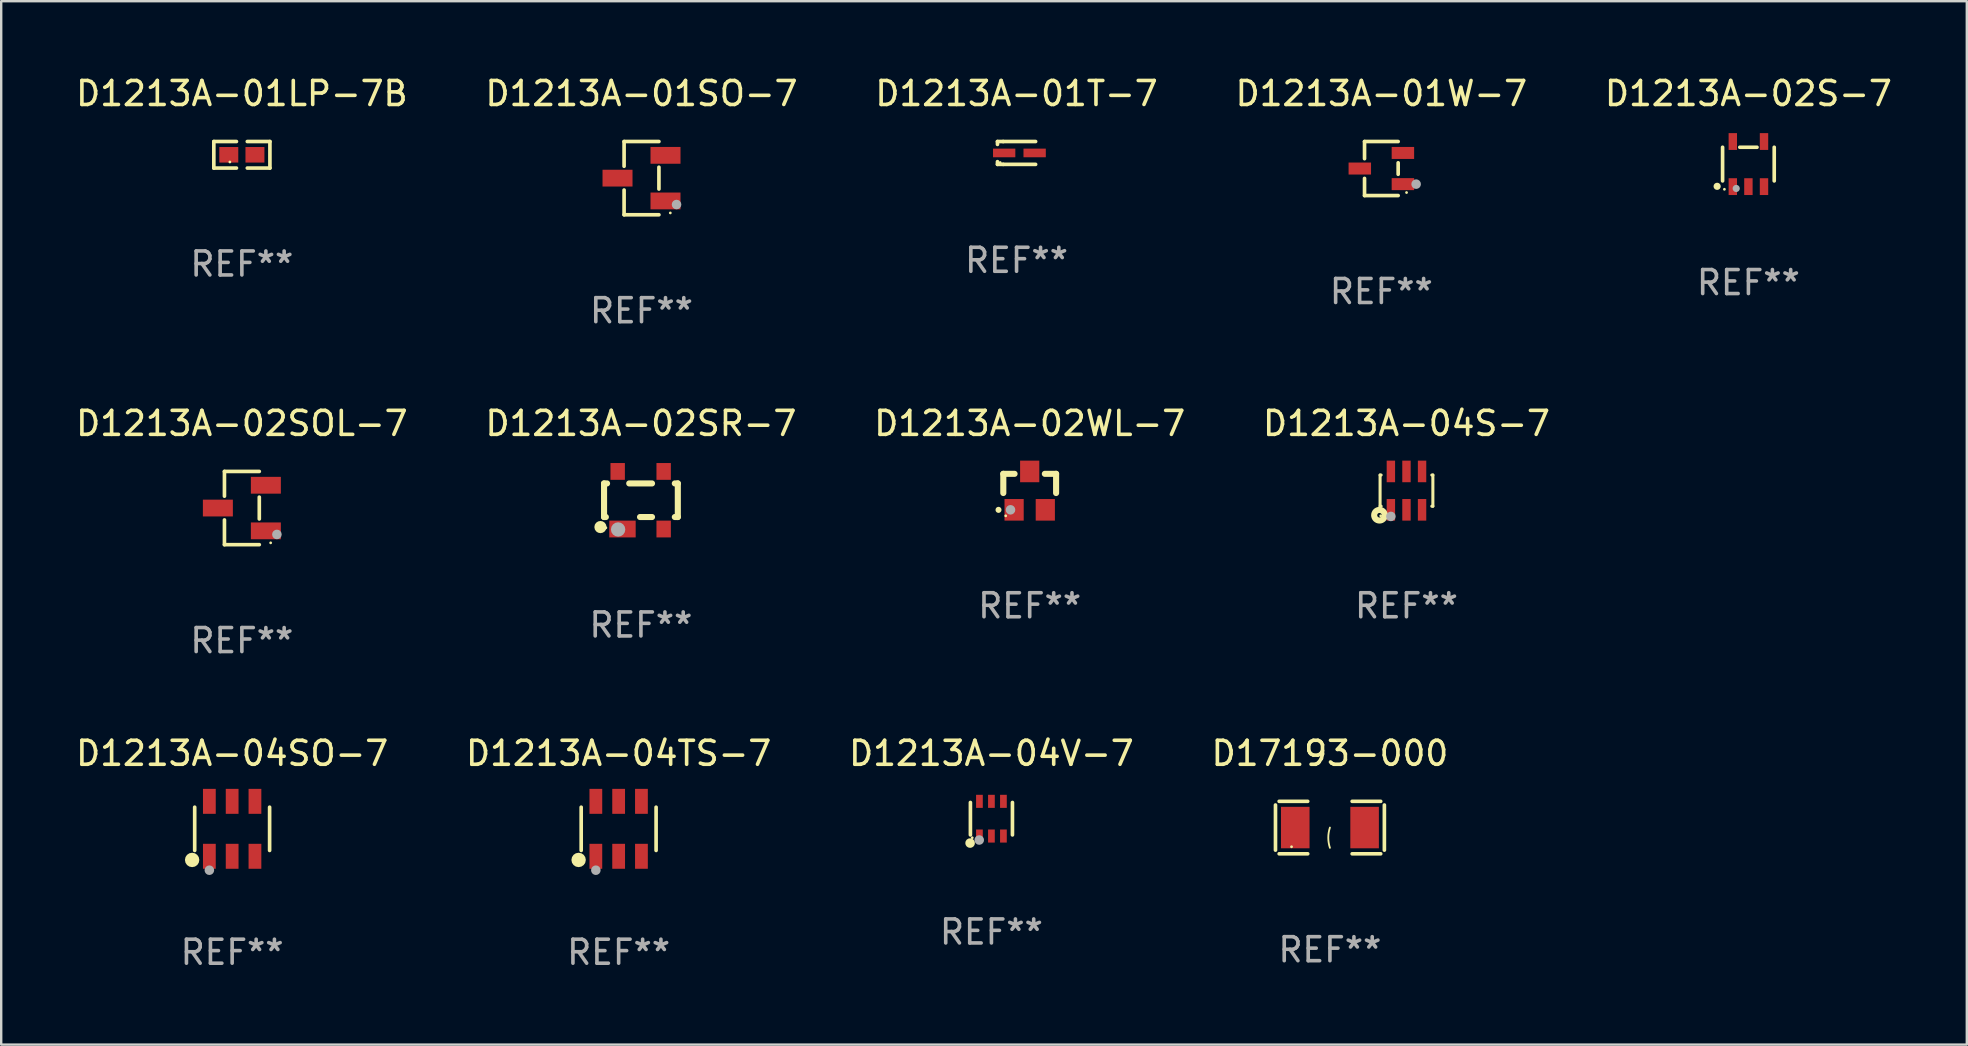
<source format=kicad_pcb>
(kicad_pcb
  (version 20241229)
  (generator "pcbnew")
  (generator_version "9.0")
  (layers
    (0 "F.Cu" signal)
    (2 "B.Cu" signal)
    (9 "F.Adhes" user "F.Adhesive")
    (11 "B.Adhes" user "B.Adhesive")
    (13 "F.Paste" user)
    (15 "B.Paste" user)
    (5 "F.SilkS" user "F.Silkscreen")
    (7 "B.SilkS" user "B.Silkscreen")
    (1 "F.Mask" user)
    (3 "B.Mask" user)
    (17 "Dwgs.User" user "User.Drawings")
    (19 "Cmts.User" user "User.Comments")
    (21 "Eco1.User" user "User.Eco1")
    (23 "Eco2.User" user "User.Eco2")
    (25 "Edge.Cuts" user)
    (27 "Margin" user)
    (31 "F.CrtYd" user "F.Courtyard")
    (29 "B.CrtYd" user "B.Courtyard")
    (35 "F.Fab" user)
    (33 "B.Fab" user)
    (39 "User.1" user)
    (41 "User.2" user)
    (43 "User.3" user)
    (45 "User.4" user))
  (footprint "D1213A-01LP-7B"
    (layer "F.Cu")
    (at 7.03 3.401)
    (property "Reference" "D1213A-01LP-7B" (at 0 -2.553 0) (layer "F.SilkS") (effects (font (size 1 1) (thickness 0.15))))
    (attr through_hole)
    (fp_line (start -1.169 -0.553) (end -0.226 -0.553) (stroke (width 0.152) (type solid)) (layer "F.SilkS"))
    (fp_line (start -1.169 0.553) (end -1.169 -0.553) (stroke (width 0.152) (type solid)) (layer "F.SilkS"))
    (fp_line (start -0.226 0.553) (end -1.169 0.553) (stroke (width 0.152) (type solid)) (layer "F.SilkS"))
    (fp_line (start 0.226 0.553) (end 1.169 0.553) (stroke (width 0.152) (type solid)) (layer "F.SilkS"))
    (fp_line (start 1.169 -0.553) (end 0.226 -0.553) (stroke (width 0.152) (type solid)) (layer "F.SilkS"))
    (fp_line (start 1.169 0.553) (end 1.169 -0.553) (stroke (width 0.152) (type solid)) (layer "F.SilkS"))
    (fp_circle (center -0.5 0.3) (end -0.47 0.3) (stroke (width 0.06) (type solid)) (fill no) (layer "F.SilkS"))
    (fp_text user "REF**" (at 0 4.553 0) (layer "F.Fab") (effects (font (size 1 1) (thickness 0.15))))
    (pad "1" smd rect (at -0.545 0) (size 0.79 0.648) (layers "F.Cu" "F.Mask" "F.Paste"))
    (pad "2" smd rect (at 0.545 0) (size 0.79 0.648) (layers "F.Cu" "F.Mask" "F.Paste")))
  (footprint "D1213A-01W-7"
    (layer "F.Cu")
    (at 54.518 3.974)
    (property "Reference" "D1213A-01W-7" (at 0 -3.126 0) (layer "F.SilkS") (effects (font (size 1 1) (thickness 0.15))))
    (attr through_hole)
    (fp_line (start -0.701 -1.126) (end -0.701 -0.411) (stroke (width 0.152) (type solid)) (layer "F.SilkS"))
    (fp_line (start -0.701 1.126) (end -0.701 0.411) (stroke (width 0.152) (type solid)) (layer "F.SilkS"))
    (fp_line (start 0.701 -1.126) (end -0.701 -1.126) (stroke (width 0.152) (type solid)) (layer "F.SilkS"))
    (fp_line (start 0.701 -0.239) (end 0.701 0.239) (stroke (width 0.152) (type solid)) (layer "F.SilkS"))
    (fp_line (start 0.701 1.126) (end -0.701 1.126) (stroke (width 0.152) (type solid)) (layer "F.SilkS"))
    (fp_circle (center 1.05 1) (end 1.08 1) (stroke (width 0.06) (type solid)) (fill no) (layer "F.SilkS"))
    (fp_circle (center 1.45 0.65) (end 1.55 0.65) (stroke (width 0.2) (type solid)) (fill no) (layer "F.Fab"))
    (fp_text user "REF**" (at 0 5.126 0) (layer "F.Fab") (effects (font (size 1 1) (thickness 0.15))))
    (pad "1" smd rect (at 0.898 0.65) (size 0.936 0.5) (layers "F.Cu" "F.Mask" "F.Paste"))
    (pad "2" smd rect (at 0.898 -0.65) (size 0.936 0.5) (layers "F.Cu" "F.Mask" "F.Paste"))
    (pad "3" smd rect (at -0.898 0) (size 0.936 0.5) (layers "F.Cu" "F.Mask" "F.Paste")))
  (footprint "D1213A-02S-7"
    (layer "F.Cu")
    (at 69.815 3.788)
    (property "Reference" "D1213A-02S-7" (at 0 -2.94 0) (layer "F.SilkS") (effects (font (size 1 1) (thickness 0.15))))
    (attr through_hole)
    (fp_line (start -1.076 0.701) (end -1.076 -0.701) (stroke (width 0.152) (type solid)) (layer "F.SilkS"))
    (fp_line (start -0.358 -0.701) (end 0.358 -0.701) (stroke (width 0.152) (type solid)) (layer "F.SilkS"))
    (fp_line (start 1.076 0.701) (end 1.076 -0.701) (stroke (width 0.152) (type solid)) (layer "F.SilkS"))
    (fp_circle (center -1.303 0.927) (end -1.228 0.927) (stroke (width 0.15) (type solid)) (fill no) (layer "F.SilkS"))
    (fp_circle (center -1 1.05) (end -0.97 1.05) (stroke (width 0.06) (type solid)) (fill no) (layer "F.SilkS"))
    (fp_circle (center -0.508 1.016) (end -0.433 1.016) (stroke (width 0.15) (type solid)) (fill no) (layer "F.Fab"))
    (fp_text user "REF**" (at 0 4.94 0) (layer "F.Fab") (effects (font (size 1 1) (thickness 0.15))))
    (pad "1" smd rect (at -0.65 0.94) (size 0.35 0.7) (layers "F.Cu" "F.Mask" "F.Paste"))
    (pad "2" smd rect (at 0 0.94) (size 0.35 0.7) (layers "F.Cu" "F.Mask" "F.Paste"))
    (pad "3" smd rect (at 0.65 0.94) (size 0.35 0.7) (layers "F.Cu" "F.Mask" "F.Paste"))
    (pad "4" smd rect (at 0.65 -0.94) (size 0.35 0.7) (layers "F.Cu" "F.Mask" "F.Paste"))
    (pad "5" smd rect (at -0.65 -0.94) (size 0.35 0.7) (layers "F.Cu" "F.Mask" "F.Paste")))
  (footprint "D1213A-02SR-7"
    (layer "F.Cu")
    (at 23.661 17.797)
    (property "Reference" "D1213A-02SR-7" (at 0 -3.2 0) (layer "F.SilkS") (effects (font (size 1 1) (thickness 0.15))))
    (attr through_hole)
    (fp_line (start -1.537 -0.7) (end -1.412 -0.7) (stroke (width 0.254) (type solid)) (layer "F.SilkS"))
    (fp_line (start -1.537 0.7) (end -1.537 -0.7) (stroke (width 0.254) (type solid)) (layer "F.SilkS"))
    (fp_line (start -1.537 0.7) (end -1.462 0.7) (stroke (width 0.254) (type solid)) (layer "F.SilkS"))
    (fp_line (start -0.488 -0.7) (end 0.462 -0.7) (stroke (width 0.254) (type solid)) (layer "F.SilkS"))
    (fp_line (start -0.038 0.7) (end 0.462 0.7) (stroke (width 0.254) (type solid)) (layer "F.SilkS"))
    (fp_line (start 1.412 -0.7) (end 1.537 -0.7) (stroke (width 0.254) (type solid)) (layer "F.SilkS"))
    (fp_line (start 1.412 0.7) (end 1.537 0.7) (stroke (width 0.254) (type solid)) (layer "F.SilkS"))
    (fp_line (start 1.537 0.7) (end 1.537 -0.7) (stroke (width 0.254) (type solid)) (layer "F.SilkS"))
    (fp_circle (center -1.687 1.118) (end -1.56 1.118) (stroke (width 0.254) (type solid)) (fill no) (layer "F.SilkS"))
    (fp_circle (center -1.461 1.15) (end -1.431 1.15) (stroke (width 0.06) (type solid)) (fill no) (layer "F.SilkS"))
    (fp_circle (center -0.951 1.219) (end -0.801 1.219) (stroke (width 0.3) (type solid)) (fill no) (layer "F.Fab"))
    (fp_text user "REF**" (at 0 5.2 0) (layer "F.Fab") (effects (font (size 1 1) (thickness 0.15))))
    (pad "1" smd rect (at -0.769 1.2) (size 1.1 0.7) (layers "F.Cu" "F.Mask" "F.Paste"))
    (pad "2" smd rect (at 0.947 1.2) (size 0.6 0.7) (layers "F.Cu" "F.Mask" "F.Paste"))
    (pad "3" smd rect (at 0.947 -1.2) (size 0.6 0.7) (layers "F.Cu" "F.Mask" "F.Paste"))
    (pad "4" smd rect (at -0.969 -1.2) (size 0.6 0.7) (layers "F.Cu" "F.Mask" "F.Paste")))
  (footprint "D1213A-01SO-7"
    (layer "F.Cu")
    (at 23.685 4.374)
    (property "Reference" "D1213A-01SO-7" (at 0 -3.526 0) (layer "F.SilkS") (effects (font (size 1 1) (thickness 0.15))))
    (attr through_hole)
    (fp_line (start -0.726 -1.526) (end -0.726 -0.495) (stroke (width 0.152) (type solid)) (layer "F.SilkS"))
    (fp_line (start -0.726 1.526) (end -0.726 0.495) (stroke (width 0.152) (type solid)) (layer "F.SilkS"))
    (fp_line (start 0.726 -1.526) (end -0.726 -1.526) (stroke (width 0.152) (type solid)) (layer "F.SilkS"))
    (fp_line (start 0.726 -0.455) (end 0.726 0.455) (stroke (width 0.152) (type solid)) (layer "F.SilkS"))
    (fp_line (start 0.726 1.526) (end -0.726 1.526) (stroke (width 0.152) (type solid)) (layer "F.SilkS"))
    (fp_circle (center 1.2 1.45) (end 1.23 1.45) (stroke (width 0.06) (type solid)) (fill no) (layer "F.SilkS"))
    (fp_circle (center 1.46 1.1) (end 1.56 1.1) (stroke (width 0.2) (type solid)) (fill no) (layer "F.Fab"))
    (fp_text user "REF**" (at 0 5.526 0) (layer "F.Fab") (effects (font (size 1 1) (thickness 0.15))))
    (pad "1" smd rect (at 1 0.95) (size 1.25 0.7) (layers "F.Cu" "F.Mask" "F.Paste"))
    (pad "2" smd rect (at 1 -0.95) (size 1.25 0.7) (layers "F.Cu" "F.Mask" "F.Paste"))
    (pad "3" smd rect (at -1 0) (size 1.25 0.7) (layers "F.Cu" "F.Mask" "F.Paste")))
  (footprint "D1213A-02SOL-7"
    (layer "F.Cu")
    (at 7.03 18.123)
    (property "Reference" "D1213A-02SOL-7" (at 0 -3.526 0) (layer "F.SilkS") (effects (font (size 1 1) (thickness 0.15))))
    (attr through_hole)
    (fp_line (start -0.726 -1.526) (end -0.726 -0.495) (stroke (width 0.152) (type solid)) (layer "F.SilkS"))
    (fp_line (start -0.726 1.526) (end -0.726 0.495) (stroke (width 0.152) (type solid)) (layer "F.SilkS"))
    (fp_line (start 0.726 -1.526) (end -0.726 -1.526) (stroke (width 0.152) (type solid)) (layer "F.SilkS"))
    (fp_line (start 0.726 -0.455) (end 0.726 0.455) (stroke (width 0.152) (type solid)) (layer "F.SilkS"))
    (fp_line (start 0.726 1.526) (end -0.726 1.526) (stroke (width 0.152) (type solid)) (layer "F.SilkS"))
    (fp_circle (center 1.2 1.45) (end 1.23 1.45) (stroke (width 0.06) (type solid)) (fill no) (layer "F.SilkS"))
    (fp_circle (center 1.46 1.1) (end 1.56 1.1) (stroke (width 0.2) (type solid)) (fill no) (layer "F.Fab"))
    (fp_text user "REF**" (at 0 5.526 0) (layer "F.Fab") (effects (font (size 1 1) (thickness 0.15))))
    (pad "1" smd rect (at 1 0.95) (size 1.25 0.7) (layers "F.Cu" "F.Mask" "F.Paste"))
    (pad "2" smd rect (at 1 -0.95) (size 1.25 0.7) (layers "F.Cu" "F.Mask" "F.Paste"))
    (pad "3" smd rect (at -1 0) (size 1.25 0.7) (layers "F.Cu" "F.Mask" "F.Paste")))
  (footprint "D1213A-04V-7"
    (layer "F.Cu")
    (at 38.268 31.069)
    (property "Reference" "D1213A-04V-7" (at 0 -2.723 0) (layer "F.SilkS") (effects (font (size 1 1) (thickness 0.15))))
    (attr through_hole)
    (fp_line (start -0.876 0.676) (end -0.876 -0.676) (stroke (width 0.152) (type solid)) (layer "F.SilkS"))
    (fp_line (start 0.876 0.676) (end 0.876 -0.676) (stroke (width 0.152) (type solid)) (layer "F.SilkS"))
    (fp_circle (center -0.889 1.016) (end -0.789 1.016) (stroke (width 0.2) (type solid)) (fill no) (layer "F.SilkS"))
    (fp_circle (center -0.8 0.795) (end -0.77 0.795) (stroke (width 0.06) (type solid)) (fill no) (layer "F.SilkS"))
    (fp_circle (center -0.508 0.889) (end -0.408 0.889) (stroke (width 0.2) (type solid)) (fill no) (layer "F.Fab"))
    (fp_text user "REF**" (at 0 4.723 0) (layer "F.Fab") (effects (font (size 1 1) (thickness 0.15))))
    (pad "1" smd rect (at -0.5 0.723) (size 0.28 0.545) (layers "F.Cu" "F.Mask" "F.Paste"))
    (pad "2" smd rect (at 0 0.723) (size 0.28 0.545) (layers "F.Cu" "F.Mask" "F.Paste"))
    (pad "3" smd rect (at 0.5 0.723) (size 0.28 0.545) (layers "F.Cu" "F.Mask" "F.Paste"))
    (pad "4" smd rect (at 0.5 -0.723) (size 0.28 0.545) (layers "F.Cu" "F.Mask" "F.Paste"))
    (pad "5" smd rect (at 0 -0.723) (size 0.28 0.545) (layers "F.Cu" "F.Mask" "F.Paste"))
    (pad "6" smd rect (at -0.5 -0.723) (size 0.28 0.545) (layers "F.Cu" "F.Mask" "F.Paste")))
  (footprint "D1213A-04S-7"
    (layer "F.Cu")
    (at 55.565 17.397)
    (property "Reference" "D1213A-04S-7" (at 0 -2.8 0) (layer "F.SilkS") (effects (font (size 1 1) (thickness 0.15))))
    (attr through_hole)
    (fp_line (start -1.1 -0.65) (end -1.1 0.65) (stroke (width 0.127) (type solid)) (layer "F.SilkS"))
    (fp_line (start -1.1 -0.65) (end -1.056 -0.65) (stroke (width 0.127) (type solid)) (layer "F.SilkS"))
    (fp_line (start -1.1 0.65) (end -1.056 0.65) (stroke (width 0.127) (type solid)) (layer "F.SilkS"))
    (fp_line (start 1.056 -0.65) (end 1.1 -0.65) (stroke (width 0.127) (type solid)) (layer "F.SilkS"))
    (fp_line (start 1.056 0.65) (end 1.1 0.65) (stroke (width 0.127) (type solid)) (layer "F.SilkS"))
    (fp_line (start 1.1 -0.65) (end 1.1 0.65) (stroke (width 0.127) (type solid)) (layer "F.SilkS"))
    (fp_circle (center -1.125 1.025) (end -1.031 1.025) (stroke (width 0.254) (type solid)) (fill no) (layer "F.SilkS"))
    (fp_circle (center -1.075 1.05) (end -1.045 1.05) (stroke (width 0.06) (type solid)) (fill no) (layer "F.SilkS"))
    (fp_circle (center -0.65 1.075) (end -0.55 1.075) (stroke (width 0.2) (type solid)) (fill no) (layer "F.Fab"))
    (fp_text user "REF**" (at 0 4.8 0) (layer "F.Fab") (effects (font (size 1 1) (thickness 0.15))))
    (pad "1" smd rect (at -0.65 0.8) (size 0.35 0.9) (layers "F.Cu" "F.Mask" "F.Paste"))
    (pad "2" smd rect (at 0.000025 0.8) (size 0.35 0.9) (layers "F.Cu" "F.Mask" "F.Paste"))
    (pad "3" smd rect (at 0.65 0.8) (size 0.35 0.9) (layers "F.Cu" "F.Mask" "F.Paste"))
    (pad "4" smd rect (at 0.65 -0.8) (size 0.35 0.9) (layers "F.Cu" "F.Mask" "F.Paste"))
    (pad "5" smd rect (at 0.000025 -0.8) (size 0.35 0.9) (layers "F.Cu" "F.Mask" "F.Paste"))
    (pad "6" smd rect (at -0.65 -0.8) (size 0.35 0.9) (layers "F.Cu" "F.Mask" "F.Paste")))
  (footprint "D17193-000"
    (layer "F.Cu")
    (at 52.375 31.439)
    (property "Reference" "D17193-000" (at 0 -3.093 0) (layer "F.SilkS") (effects (font (size 1 1) (thickness 0.15))))
    (attr through_hole)
    (fp_line (start -2.269 -0.94) (end -2.269 0.94) (stroke (width 0.152) (type solid)) (layer "F.SilkS"))
    (fp_line (start -2.116 1.093) (end -0.926 1.093) (stroke (width 0.152) (type solid)) (layer "F.SilkS"))
    (fp_line (start -0.926 -1.093) (end -2.116 -1.093) (stroke (width 0.152) (type solid)) (layer "F.SilkS"))
    (fp_line (start 0.926 -1.093) (end 2.116 -1.093) (stroke (width 0.152) (type solid)) (layer "F.SilkS"))
    (fp_line (start 2.116 1.093) (end 0.926 1.093) (stroke (width 0.152) (type solid)) (layer "F.SilkS"))
    (fp_line (start 2.269 -0.94) (end 2.269 0.94) (stroke (width 0.152) (type solid)) (layer "F.SilkS"))
    (fp_arc (start 0 0.844951) (mid -0.068559 0.422475) (end 0 0) (stroke (width 0.0762) (type solid)) (layer "F.SilkS"))
    (fp_circle (center -1.6 0.8) (end -1.57 0.8) (stroke (width 0.06) (type solid)) (fill no) (layer "F.SilkS"))
    (fp_text user "REF**" (at 0 5.093 0) (layer "F.Fab") (effects (font (size 1 1) (thickness 0.15))))
    (pad "1" smd rect (at -1.445 0) (size 1.19 1.728) (layers "F.Cu" "F.Mask" "F.Paste"))
    (pad "2" smd rect (at 1.445 0) (size 1.19 1.728) (layers "F.Cu" "F.Mask" "F.Paste")))
  (footprint "D1213A-02WL-7"
    (layer "F.Cu")
    (at 39.863 17.397)
    (property "Reference" "D1213A-02WL-7" (at 0 -2.8 0) (layer "F.SilkS") (effects (font (size 1 1) (thickness 0.15))))
    (attr through_hole)
    (fp_line (start -1.1 -0.7) (end -1.1 0.1) (stroke (width 0.254) (type solid)) (layer "F.SilkS"))
    (fp_line (start -1.1 -0.7) (end -0.631 -0.7) (stroke (width 0.254) (type solid)) (layer "F.SilkS"))
    (fp_line (start 0.631 -0.7) (end 1.1 -0.7) (stroke (width 0.254) (type solid)) (layer "F.SilkS"))
    (fp_line (start 1.1 -0.7) (end 1.1 0.1) (stroke (width 0.254) (type solid)) (layer "F.SilkS"))
    (fp_arc (start -1.3 0.80254) (mid -1.300006 0.80127) (end -1.3 0.8) (stroke (width 0.24892) (type solid)) (layer "F.SilkS"))
    (fp_circle (center -1 1.05) (end -0.97 1.05) (stroke (width 0.06) (type solid)) (fill no) (layer "F.SilkS"))
    (fp_circle (center -0.8 0.8) (end -0.7 0.8) (stroke (width 0.2) (type solid)) (fill no) (layer "F.Fab"))
    (fp_text user "REF**" (at 0 4.8 0) (layer "F.Fab") (effects (font (size 1 1) (thickness 0.15))))
    (pad "1" smd rect (at -0.65 0.8) (size 0.8 0.9) (layers "F.Cu" "F.Mask" "F.Paste"))
    (pad "2" smd rect (at 0.65 0.8) (size 0.8 0.9) (layers "F.Cu" "F.Mask" "F.Paste"))
    (pad "3" smd rect (at -0.000102 -0.8) (size 0.8 0.9) (layers "F.Cu" "F.Mask" "F.Paste")))
  (footprint "D1213A-04TS-7"
    (layer "F.Cu")
    (at 22.732 31.491)
    (property "Reference" "D1213A-04TS-7" (at 0 -3.145 0) (layer "F.SilkS") (effects (font (size 1 1) (thickness 0.15))))
    (attr through_hole)
    (fp_line (start -1.561 0.901) (end -1.561 -0.901) (stroke (width 0.152) (type solid)) (layer "F.SilkS"))
    (fp_line (start 1.561 0.901) (end 1.561 -0.901) (stroke (width 0.152) (type solid)) (layer "F.SilkS"))
    (fp_circle (center -1.668 1.297) (end -1.518 1.297) (stroke (width 0.3) (type solid)) (fill no) (layer "F.SilkS"))
    (fp_circle (center -1.485 1.425) (end -1.455 1.425) (stroke (width 0.06) (type solid)) (fill no) (layer "F.SilkS"))
    (fp_circle (center -0.95 1.725) (end -0.85 1.725) (stroke (width 0.2) (type solid)) (fill no) (layer "F.Fab"))
    (fp_text user "REF**" (at 0 5.145 0) (layer "F.Fab") (effects (font (size 1 1) (thickness 0.15))))
    (pad "1" smd rect (at -0.95 1.145) (size 0.532 1.04) (layers "F.Cu" "F.Mask" "F.Paste"))
    (pad "2" smd rect (at 0 1.145) (size 0.532 1.04) (layers "F.Cu" "F.Mask" "F.Paste"))
    (pad "3" smd rect (at 0.95 1.145) (size 0.532 1.04) (layers "F.Cu" "F.Mask" "F.Paste"))
    (pad "4" smd rect (at 0.95 -1.145) (size 0.532 1.04) (layers "F.Cu" "F.Mask" "F.Paste"))
    (pad "5" smd rect (at 0 -1.145) (size 0.532 1.04) (layers "F.Cu" "F.Mask" "F.Paste"))
    (pad "6" smd rect (at -0.95 -1.145) (size 0.532 1.04) (layers "F.Cu" "F.Mask" "F.Paste")))
  (footprint "D1213A-04SO-7"
    (layer "F.Cu")
    (at 6.625 31.491)
    (property "Reference" "D1213A-04SO-7" (at 0 -3.145 0) (layer "F.SilkS") (effects (font (size 1 1) (thickness 0.15))))
    (attr through_hole)
    (fp_line (start -1.561 0.901) (end -1.561 -0.901) (stroke (width 0.152) (type solid)) (layer "F.SilkS"))
    (fp_line (start 1.561 0.901) (end 1.561 -0.901) (stroke (width 0.152) (type solid)) (layer "F.SilkS"))
    (fp_circle (center -1.668 1.297) (end -1.518 1.297) (stroke (width 0.3) (type solid)) (fill no) (layer "F.SilkS"))
    (fp_circle (center -1.485 1.425) (end -1.455 1.425) (stroke (width 0.06) (type solid)) (fill no) (layer "F.SilkS"))
    (fp_circle (center -0.95 1.725) (end -0.85 1.725) (stroke (width 0.2) (type solid)) (fill no) (layer "F.Fab"))
    (fp_text user "REF**" (at 0 5.145 0) (layer "F.Fab") (effects (font (size 1 1) (thickness 0.15))))
    (pad "1" smd rect (at -0.95 1.145) (size 0.532 1.04) (layers "F.Cu" "F.Mask" "F.Paste"))
    (pad "2" smd rect (at 0 1.145) (size 0.532 1.04) (layers "F.Cu" "F.Mask" "F.Paste"))
    (pad "3" smd rect (at 0.95 1.145) (size 0.532 1.04) (layers "F.Cu" "F.Mask" "F.Paste"))
    (pad "4" smd rect (at 0.95 -1.145) (size 0.532 1.04) (layers "F.Cu" "F.Mask" "F.Paste"))
    (pad "5" smd rect (at 0 -1.145) (size 0.532 1.04) (layers "F.Cu" "F.Mask" "F.Paste"))
    (pad "6" smd rect (at -0.95 -1.145) (size 0.532 1.04) (layers "F.Cu" "F.Mask" "F.Paste")))
  (footprint "D1213A-01T-7"
    (layer "F.Cu")
    (at 39.315 3.324)
    (property "Reference" "D1213A-01T-7" (at 0 -2.476 0) (layer "F.SilkS") (effects (font (size 1 1) (thickness 0.15))))
    (attr through_hole)
    (fp_line (start -0.795 -0.476) (end -0.795 -0.356) (stroke (width 0.152) (type solid)) (layer "F.SilkS"))
    (fp_line (start -0.795 0.363) (end -0.795 0.476) (stroke (width 0.152) (type solid)) (layer "F.SilkS"))
    (fp_line (start -0.795 0.476) (end -0.557 0.476) (stroke (width 0.152) (type solid)) (layer "F.SilkS"))
    (fp_line (start -0.557 -0.476) (end -0.795 -0.476) (stroke (width 0.152) (type solid)) (layer "F.SilkS"))
    (fp_line (start -0.557 -0.476) (end 0.795 -0.476) (stroke (width 0.152) (type solid)) (layer "F.SilkS"))
    (fp_line (start -0.557 0.476) (end 0.795 0.476) (stroke (width 0.152) (type solid)) (layer "F.SilkS"))
    (fp_circle (center -0.681 0.4) (end -0.651 0.4) (stroke (width 0.06) (type solid)) (fill no) (layer "F.SilkS"))
    (fp_text user "REF**" (at 0 4.476 0) (layer "F.Fab") (effects (font (size 1 1) (thickness 0.15))))
    (pad "1" smd rect (at -0.516 0 180) (size 0.93 0.36) (layers "F.Cu" "F.Mask" "F.Paste"))
    (pad "2" smd rect (at 0.754 0 180) (size 0.93 0.36) (layers "F.Cu" "F.Mask" "F.Paste")))
  (gr_rect
    (start -3 -3)
    (end 78.917 40.484)
    (stroke (width 0.1) (type default))
    (fill no)
    (layer "Edge.Cuts")))
</source>
